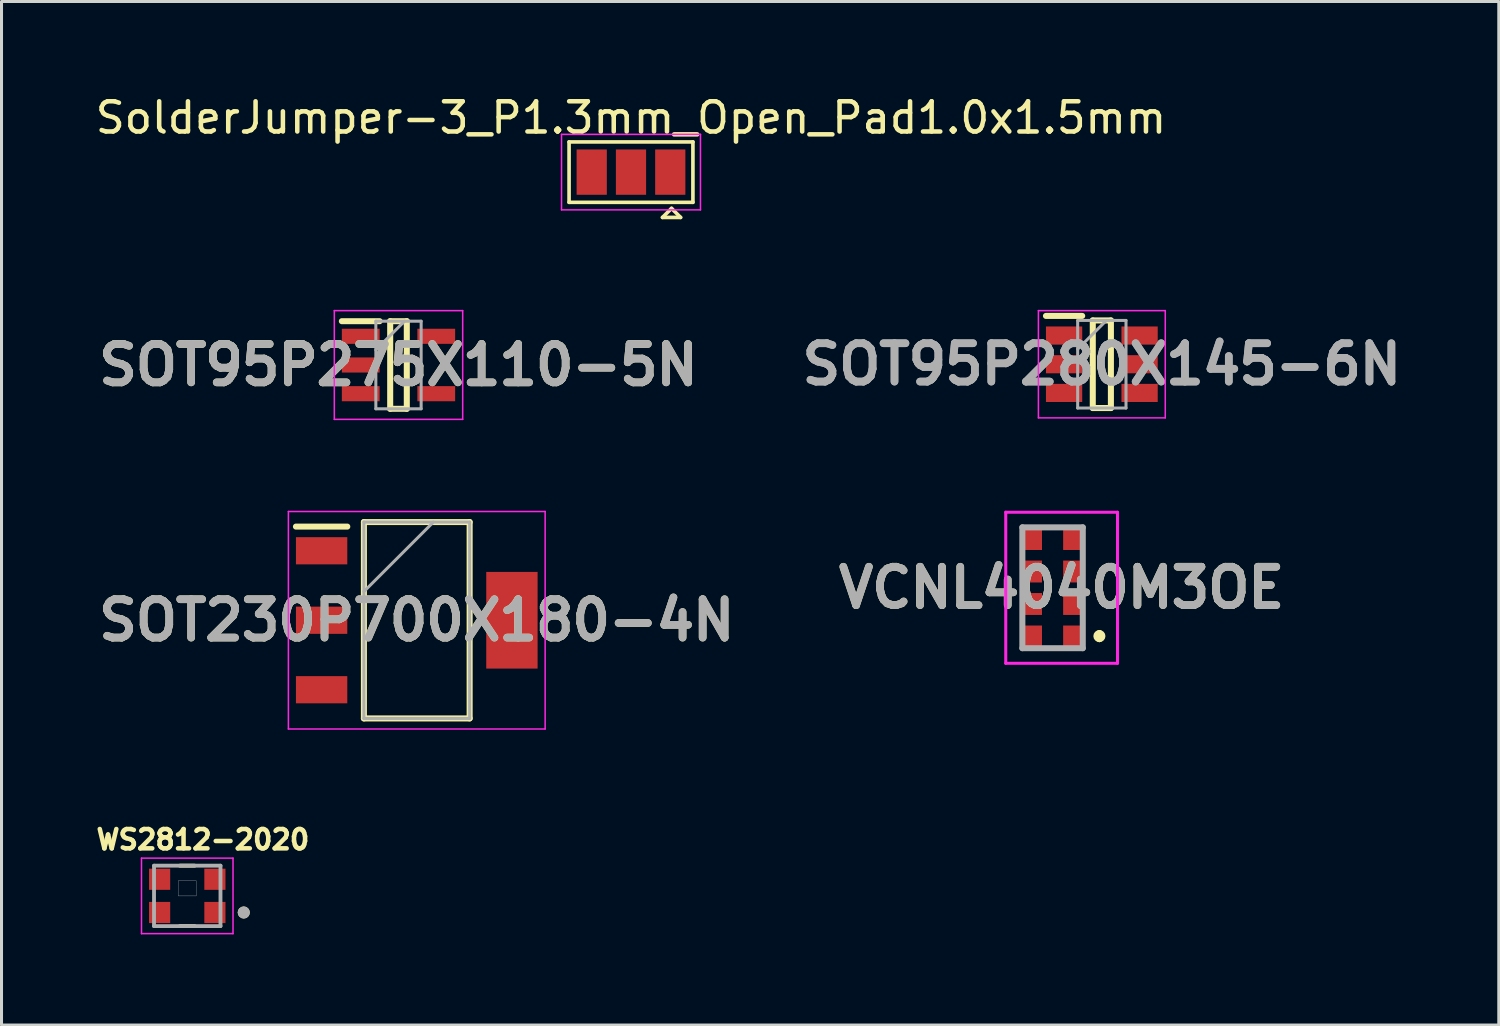
<source format=kicad_pcb>
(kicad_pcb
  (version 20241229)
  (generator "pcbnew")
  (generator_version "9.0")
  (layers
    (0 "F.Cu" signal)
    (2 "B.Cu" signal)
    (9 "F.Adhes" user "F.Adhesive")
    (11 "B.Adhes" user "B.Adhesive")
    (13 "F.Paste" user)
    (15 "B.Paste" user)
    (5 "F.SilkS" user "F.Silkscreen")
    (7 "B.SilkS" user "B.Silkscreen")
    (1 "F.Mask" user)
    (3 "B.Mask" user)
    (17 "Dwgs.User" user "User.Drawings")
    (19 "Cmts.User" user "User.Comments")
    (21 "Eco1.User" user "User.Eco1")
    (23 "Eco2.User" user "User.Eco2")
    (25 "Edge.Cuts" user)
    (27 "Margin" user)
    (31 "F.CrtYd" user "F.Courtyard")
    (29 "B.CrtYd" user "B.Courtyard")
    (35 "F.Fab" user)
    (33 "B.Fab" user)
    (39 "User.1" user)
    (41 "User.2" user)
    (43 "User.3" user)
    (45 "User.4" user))
  (footprint "SOT95P280X145-6N"
    (layer "F.Cu")
    (at 33.426 9.008)
    (property "Reference" "SOT95P280X145-6N" (at 0 0 0) (layer "F.Fab") (effects (font (size 1.27 1.27) (thickness 0.254))))
    (attr smd)
    (fp_line (start -1.85 -1.6) (end -0.65 -1.6) (stroke (width 0.2) (type solid)) (layer "F.SilkS"))
    (fp_line (start -0.3 -1.45) (end 0.3 -1.45) (stroke (width 0.2) (type solid)) (layer "F.SilkS"))
    (fp_line (start -0.3 1.45) (end -0.3 -1.45) (stroke (width 0.2) (type solid)) (layer "F.SilkS"))
    (fp_line (start 0.3 -1.45) (end 0.3 1.45) (stroke (width 0.2) (type solid)) (layer "F.SilkS"))
    (fp_line (start 0.3 1.45) (end -0.3 1.45) (stroke (width 0.2) (type solid)) (layer "F.SilkS"))
    (fp_line (start -2.1 -1.775) (end 2.1 -1.775) (stroke (width 0.05) (type solid)) (layer "F.CrtYd"))
    (fp_line (start -2.1 1.775) (end -2.1 -1.775) (stroke (width 0.05) (type solid)) (layer "F.CrtYd"))
    (fp_line (start 2.1 -1.775) (end 2.1 1.775) (stroke (width 0.05) (type solid)) (layer "F.CrtYd"))
    (fp_line (start 2.1 1.775) (end -2.1 1.775) (stroke (width 0.05) (type solid)) (layer "F.CrtYd"))
    (fp_line (start -0.8 -1.45) (end 0.8 -1.45) (stroke (width 0.1) (type solid)) (layer "F.Fab"))
    (fp_line (start -0.8 -0.5) (end 0.15 -1.45) (stroke (width 0.1) (type solid)) (layer "F.Fab"))
    (fp_line (start -0.8 1.45) (end -0.8 -1.45) (stroke (width 0.1) (type solid)) (layer "F.Fab"))
    (fp_line (start 0.8 -1.45) (end 0.8 1.45) (stroke (width 0.1) (type solid)) (layer "F.Fab"))
    (fp_line (start 0.8 1.45) (end -0.8 1.45) (stroke (width 0.1) (type solid)) (layer "F.Fab"))
    (fp_text user "${REFERENCE}" (at 0 0 0) (layer "F.Fab") (effects (font (size 1.27 1.27) (thickness 0.254))))
    (pad "1" smd rect (at -1.25 -0.95 90) (size 0.6 1.2) (layers "F.Cu" "F.Mask" "F.Paste"))
    (pad "2" smd rect (at -1.25 0 90) (size 0.6 1.2) (layers "F.Cu" "F.Mask" "F.Paste"))
    (pad "3" smd rect (at -1.25 0.95 90) (size 0.6 1.2) (layers "F.Cu" "F.Mask" "F.Paste"))
    (pad "4" smd rect (at 1.25 0.95 90) (size 0.6 1.2) (layers "F.Cu" "F.Mask" "F.Paste"))
    (pad "5" smd rect (at 1.25 0 90) (size 0.6 1.2) (layers "F.Cu" "F.Mask" "F.Paste"))
    (pad "6" smd rect (at 1.25 -0.95 90) (size 0.6 1.2) (layers "F.Cu" "F.Mask" "F.Paste")))
  (footprint "VCNL4040M3OE"
    (layer "F.Cu")
    (at 31.795 16.408)
    (property "Reference" "VCNL4040M3OE" (at 0.3 0 0) (layer "F.SilkS") (effects (font (size 1.27 1.27) (thickness 0.254))))
    (attr smd)
    (fp_line (start -0.1 -2) (end 0.1 -2) (stroke (width 0.1) (type solid)) (layer "F.SilkS"))
    (fp_line (start -0.1 2) (end 0.1 2) (stroke (width 0.1) (type solid)) (layer "F.SilkS"))
    (fp_line (start 1.55 1.5) (end 1.55 1.5) (stroke (width 0.2) (type solid)) (layer "F.SilkS"))
    (fp_line (start 1.55 1.7) (end 1.55 1.7) (stroke (width 0.2) (type solid)) (layer "F.SilkS"))
    (fp_arc (start 1.55 1.5) (mid 1.65 1.6) (end 1.55 1.7) (stroke (width 0.2) (type solid)) (layer "F.SilkS"))
    (fp_arc (start 1.55 1.7) (mid 1.45 1.6) (end 1.55 1.5) (stroke (width 0.2) (type solid)) (layer "F.SilkS"))
    (fp_line (start -1.55 -2.5) (end 2.15 -2.5) (stroke (width 0.1) (type solid)) (layer "F.CrtYd"))
    (fp_line (start -1.55 2.5) (end -1.55 -2.5) (stroke (width 0.1) (type solid)) (layer "F.CrtYd"))
    (fp_line (start 2.15 -2.5) (end 2.15 2.5) (stroke (width 0.1) (type solid)) (layer "F.CrtYd"))
    (fp_line (start 2.15 2.5) (end -1.55 2.5) (stroke (width 0.1) (type solid)) (layer "F.CrtYd"))
    (fp_line (start -1 -2) (end 1 -2) (stroke (width 0.2) (type solid)) (layer "F.Fab"))
    (fp_line (start -1 2) (end -1 -2) (stroke (width 0.2) (type solid)) (layer "F.Fab"))
    (fp_line (start 1 -2) (end 1 2) (stroke (width 0.2) (type solid)) (layer "F.Fab"))
    (fp_line (start 1 2) (end -1 2) (stroke (width 0.2) (type solid)) (layer "F.Fab"))
    (fp_text user "${REFERENCE}" (at 0.3 0 0) (layer "F.Fab") (effects (font (size 1.27 1.27) (thickness 0.254))))
    (pad "1" smd rect (at 0.7 1.612) (size 0.7 0.725) (layers "F.Cu" "F.Mask" "F.Paste"))
    (pad "2" smd rect (at 0.7 0.537) (size 0.7 0.725) (layers "F.Cu" "F.Mask" "F.Paste"))
    (pad "3" smd rect (at 0.7 -0.538) (size 0.7 0.725) (layers "F.Cu" "F.Mask" "F.Paste"))
    (pad "4" smd rect (at 0.7 -1.613) (size 0.7 0.725) (layers "F.Cu" "F.Mask" "F.Paste"))
    (pad "5" smd rect (at -0.7 -1.613) (size 0.7 0.725) (layers "F.Cu" "F.Mask" "F.Paste"))
    (pad "6" smd rect (at -0.7 -0.538) (size 0.7 0.725) (layers "F.Cu" "F.Mask" "F.Paste"))
    (pad "7" smd rect (at -0.7 0.537) (size 0.7 0.725) (layers "F.Cu" "F.Mask" "F.Paste"))
    (pad "8" smd rect (at -0.7 1.612) (size 0.7 0.725) (layers "F.Cu" "F.Mask" "F.Paste")))
  (footprint "SolderJumper-3_P1.3mm_Open_Pad1.0x1.5mm"
    (layer "F.Cu")
    (at 17.839 2.648)
    (property "Reference" "SolderJumper-3_P1.3mm_Open_Pad1.0x1.5mm" (at 0 -1.8 0) (layer "F.SilkS") (effects (font (size 1 1) (thickness 0.15))))
    (attr exclude_from_pos_files exclude_from_bom)
    (fp_line (start -2.05 -1) (end 2.05 -1) (stroke (width 0.12) (type solid)) (layer "F.SilkS"))
    (fp_line (start -2.05 1) (end -2.05 -1) (stroke (width 0.12) (type solid)) (layer "F.SilkS"))
    (fp_line (start 1.042 1.5) (end 1.642 1.5) (stroke (width 0.12) (type solid)) (layer "F.SilkS"))
    (fp_line (start 1.342 1.2) (end 1.042 1.5) (stroke (width 0.12) (type solid)) (layer "F.SilkS"))
    (fp_line (start 1.342 1.2) (end 1.642 1.5) (stroke (width 0.12) (type solid)) (layer "F.SilkS"))
    (fp_line (start 2.05 -1) (end 2.05 1) (stroke (width 0.12) (type solid)) (layer "F.SilkS"))
    (fp_line (start 2.05 1) (end -2.05 1) (stroke (width 0.12) (type solid)) (layer "F.SilkS"))
    (fp_line (start -2.3 -1.25) (end -2.3 1.25) (stroke (width 0.05) (type solid)) (layer "F.CrtYd"))
    (fp_line (start -2.3 -1.25) (end 2.3 -1.25) (stroke (width 0.05) (type solid)) (layer "F.CrtYd"))
    (fp_line (start 2.3 1.25) (end -2.3 1.25) (stroke (width 0.05) (type solid)) (layer "F.CrtYd"))
    (fp_line (start 2.3 1.25) (end 2.3 -1.25) (stroke (width 0.05) (type solid)) (layer "F.CrtYd"))
    (pad "1" smd rect (at -1.3 0) (size 1 1.5) (layers "F.Cu" "F.Mask"))
    (pad "2" smd rect (at 0 0) (size 1 1.5) (layers "F.Cu" "F.Mask"))
    (pad "3" smd rect (at 1.3 0) (size 1 1.5) (layers "F.Cu" "F.Mask")))
  (footprint "SOT95P275X110-5N"
    (layer "F.Cu")
    (at 10.142 9.033)
    (property "Reference" "SOT95P275X110-5N" (at 0 0 0) (layer "F.SilkS") (effects (font (size 1.27 1.27) (thickness 0.254))))
    (attr smd)
    (fp_line (start -1.875 -1.45) (end -0.625 -1.45) (stroke (width 0.2) (type solid)) (layer "F.SilkS"))
    (fp_line (start -0.275 -1.45) (end 0.275 -1.45) (stroke (width 0.2) (type solid)) (layer "F.SilkS"))
    (fp_line (start -0.275 1.45) (end -0.275 -1.45) (stroke (width 0.2) (type solid)) (layer "F.SilkS"))
    (fp_line (start 0.275 -1.45) (end 0.275 1.45) (stroke (width 0.2) (type solid)) (layer "F.SilkS"))
    (fp_line (start 0.275 1.45) (end -0.275 1.45) (stroke (width 0.2) (type solid)) (layer "F.SilkS"))
    (fp_line (start -2.125 -1.8) (end 2.125 -1.8) (stroke (width 0.05) (type solid)) (layer "F.CrtYd"))
    (fp_line (start -2.125 1.8) (end -2.125 -1.8) (stroke (width 0.05) (type solid)) (layer "F.CrtYd"))
    (fp_line (start 2.125 -1.8) (end 2.125 1.8) (stroke (width 0.05) (type solid)) (layer "F.CrtYd"))
    (fp_line (start 2.125 1.8) (end -2.125 1.8) (stroke (width 0.05) (type solid)) (layer "F.CrtYd"))
    (fp_line (start -0.75 -1.45) (end 0.75 -1.45) (stroke (width 0.1) (type solid)) (layer "F.Fab"))
    (fp_line (start -0.75 -0.5) (end 0.2 -1.45) (stroke (width 0.1) (type solid)) (layer "F.Fab"))
    (fp_line (start -0.75 1.45) (end -0.75 -1.45) (stroke (width 0.1) (type solid)) (layer "F.Fab"))
    (fp_line (start 0.75 -1.45) (end 0.75 1.45) (stroke (width 0.1) (type solid)) (layer "F.Fab"))
    (fp_line (start 0.75 1.45) (end -0.75 1.45) (stroke (width 0.1) (type solid)) (layer "F.Fab"))
    (fp_text user "${REFERENCE}" (at 0 0 0) (layer "F.Fab") (effects (font (size 1.27 1.27) (thickness 0.254))))
    (pad "1" smd rect (at -1.25 -0.95 90) (size 0.5 1.25) (layers "F.Cu" "F.Mask" "F.Paste"))
    (pad "2" smd rect (at -1.25 0 90) (size 0.5 1.25) (layers "F.Cu" "F.Mask" "F.Paste"))
    (pad "3" smd rect (at -1.25 0.95 90) (size 0.5 1.25) (layers "F.Cu" "F.Mask" "F.Paste"))
    (pad "4" smd rect (at 1.25 0.95 90) (size 0.5 1.25) (layers "F.Cu" "F.Mask" "F.Paste"))
    (pad "5" smd rect (at 1.25 -0.95 90) (size 0.5 1.25) (layers "F.Cu" "F.Mask" "F.Paste")))
  (footprint "SOT230P700X180-4N"
    (layer "F.Cu")
    (at 10.747 17.483)
    (property "Reference" "SOT230P700X180-4N" (at 0 0 0) (layer "F.SilkS") (effects (font (size 1.27 1.27) (thickness 0.254))))
    (attr smd)
    (fp_line (start -4 -3.1) (end -2.3 -3.1) (stroke (width 0.2) (type solid)) (layer "F.SilkS"))
    (fp_line (start -1.75 -3.25) (end 1.75 -3.25) (stroke (width 0.2) (type solid)) (layer "F.SilkS"))
    (fp_line (start -1.75 3.25) (end -1.75 -3.25) (stroke (width 0.2) (type solid)) (layer "F.SilkS"))
    (fp_line (start 1.75 -3.25) (end 1.75 3.25) (stroke (width 0.2) (type solid)) (layer "F.SilkS"))
    (fp_line (start 1.75 3.25) (end -1.75 3.25) (stroke (width 0.2) (type solid)) (layer "F.SilkS"))
    (fp_line (start -4.25 -3.6) (end 4.25 -3.6) (stroke (width 0.05) (type solid)) (layer "F.CrtYd"))
    (fp_line (start -4.25 3.6) (end -4.25 -3.6) (stroke (width 0.05) (type solid)) (layer "F.CrtYd"))
    (fp_line (start 4.25 -3.6) (end 4.25 3.6) (stroke (width 0.05) (type solid)) (layer "F.CrtYd"))
    (fp_line (start 4.25 3.6) (end -4.25 3.6) (stroke (width 0.05) (type solid)) (layer "F.CrtYd"))
    (fp_line (start -1.75 -3.25) (end 1.75 -3.25) (stroke (width 0.1) (type solid)) (layer "F.Fab"))
    (fp_line (start -1.75 -0.95) (end 0.55 -3.25) (stroke (width 0.1) (type solid)) (layer "F.Fab"))
    (fp_line (start -1.75 3.25) (end -1.75 -3.25) (stroke (width 0.1) (type solid)) (layer "F.Fab"))
    (fp_line (start 1.75 -3.25) (end 1.75 3.25) (stroke (width 0.1) (type solid)) (layer "F.Fab"))
    (fp_line (start 1.75 3.25) (end -1.75 3.25) (stroke (width 0.1) (type solid)) (layer "F.Fab"))
    (fp_text user "${REFERENCE}" (at 0 0 0) (layer "F.Fab") (effects (font (size 1.27 1.27) (thickness 0.254))))
    (pad "1" smd rect (at -3.15 -2.3 90) (size 0.9 1.7) (layers "F.Cu" "F.Mask" "F.Paste"))
    (pad "2" smd rect (at -3.15 0 90) (size 0.9 1.7) (layers "F.Cu" "F.Mask" "F.Paste"))
    (pad "3" smd rect (at -3.15 2.3 90) (size 0.9 1.7) (layers "F.Cu" "F.Mask" "F.Paste"))
    (pad "4" smd rect (at 3.15 0) (size 1.7 3.2) (layers "F.Cu" "F.Mask" "F.Paste")))
  (footprint "WS2812-2020"
    (layer "F.Cu")
    (at 3.149 26.608)
    (property "Reference" "WS2812-2020" (at 0.517 -1.862 0) (layer "F.SilkS") (effects (font (size 0.64 0.64) (thickness 0.15))))
    (attr smd)
    (fp_line (start 0.245 -1) (end -0.245 -1) (stroke (width 0.127) (type solid)) (layer "F.SilkS"))
    (fp_line (start 0.245 1) (end -0.245 1) (stroke (width 0.127) (type solid)) (layer "F.SilkS"))
    (fp_circle (center 1.87 0.55) (end 1.97 0.55) (stroke (width 0.2) (type solid)) (fill no) (layer "F.SilkS"))
    (fp_line (start -1.515 -1.25) (end -1.515 1.25) (stroke (width 0.05) (type solid)) (layer "F.CrtYd"))
    (fp_line (start -1.515 1.25) (end 1.515 1.25) (stroke (width 0.05) (type solid)) (layer "F.CrtYd"))
    (fp_line (start 1.515 -1.25) (end -1.515 -1.25) (stroke (width 0.05) (type solid)) (layer "F.CrtYd"))
    (fp_line (start 1.515 1.25) (end 1.515 -1.25) (stroke (width 0.05) (type solid)) (layer "F.CrtYd"))
    (fp_line (start -1.1 -1) (end 1.1 -1) (stroke (width 0.127) (type solid)) (layer "F.Fab"))
    (fp_line (start -1.1 1) (end -1.1 -1) (stroke (width 0.127) (type solid)) (layer "F.Fab"))
    (fp_line (start 1.1 -1) (end 1.1 1) (stroke (width 0.127) (type solid)) (layer "F.Fab"))
    (fp_line (start 1.1 1) (end -1.1 1) (stroke (width 0.127) (type solid)) (layer "F.Fab"))
    (fp_circle (center 1.87 0.55) (end 1.97 0.55) (stroke (width 0.2) (type solid)) (fill no) (layer "F.Fab"))
    (fp_poly (pts (xy -0.3 -0.5) (xy 0.3 -0.5) (xy 0.3 0) (xy -0.3 0)) (stroke (width 0.01) (type solid)) (fill no) (layer "F.Fab"))
    (pad "1" smd rect (at 0.915 0.55) (size 0.7 0.7) (layers "F.Cu" "F.Mask" "F.Paste"))
    (pad "2" smd rect (at 0.915 -0.55) (size 0.7 0.7) (layers "F.Cu" "F.Mask" "F.Paste"))
    (pad "3" smd rect (at -0.915 -0.55) (size 0.7 0.7) (layers "F.Cu" "F.Mask" "F.Paste"))
    (pad "4" smd rect (at -0.915 0.55) (size 0.7 0.7) (layers "F.Cu" "F.Mask" "F.Paste")))
  (gr_rect
    (start -3 -3)
    (end 46.567 30.883)
    (stroke (width 0.1) (type default))
    (fill no)
    (layer "Edge.Cuts")))
</source>
